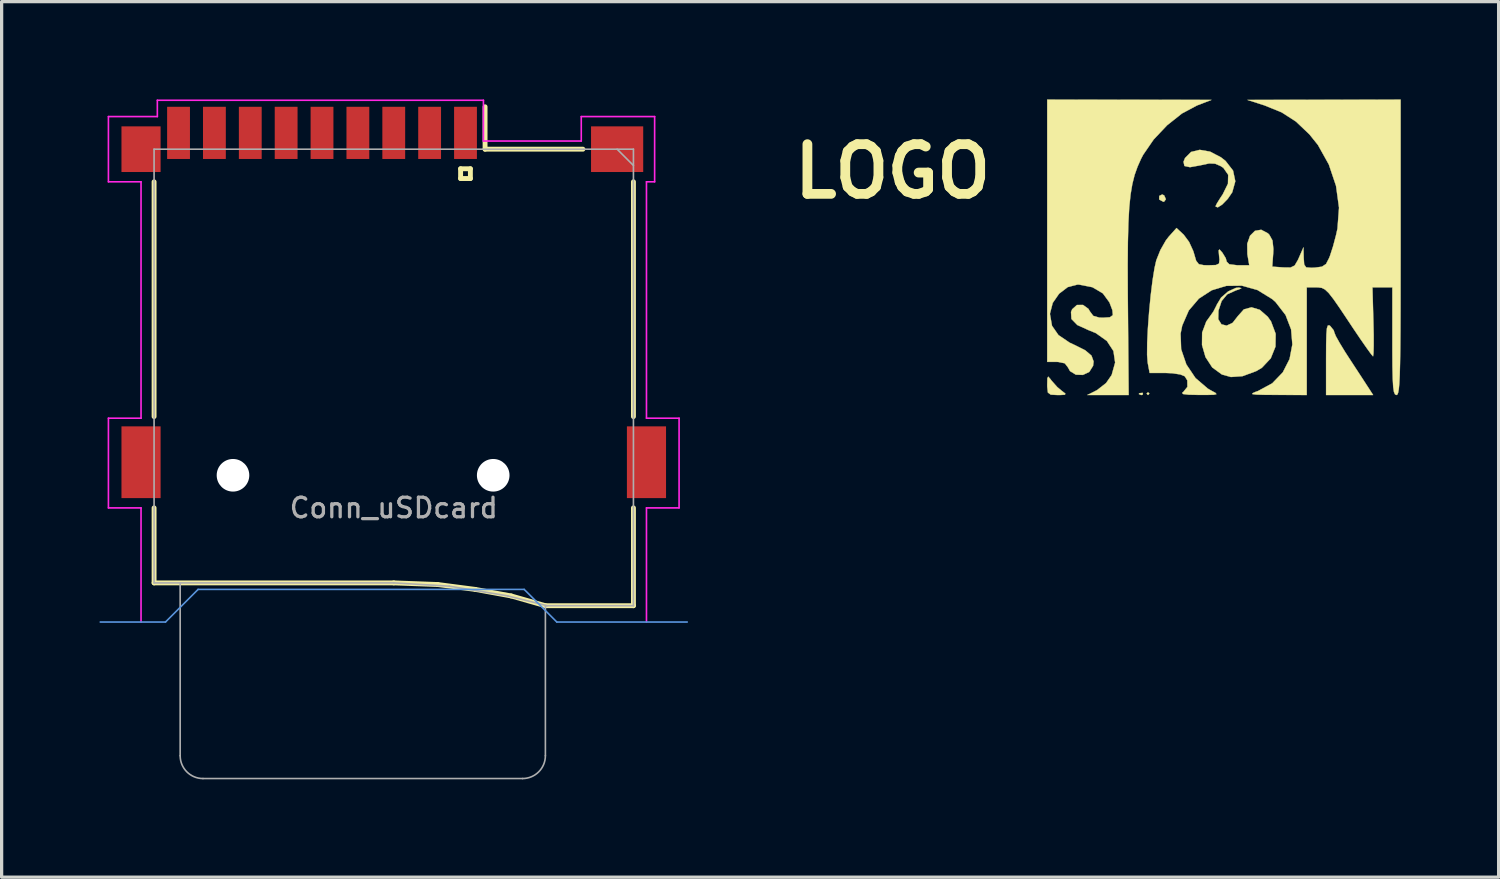
<source format=kicad_pcb>
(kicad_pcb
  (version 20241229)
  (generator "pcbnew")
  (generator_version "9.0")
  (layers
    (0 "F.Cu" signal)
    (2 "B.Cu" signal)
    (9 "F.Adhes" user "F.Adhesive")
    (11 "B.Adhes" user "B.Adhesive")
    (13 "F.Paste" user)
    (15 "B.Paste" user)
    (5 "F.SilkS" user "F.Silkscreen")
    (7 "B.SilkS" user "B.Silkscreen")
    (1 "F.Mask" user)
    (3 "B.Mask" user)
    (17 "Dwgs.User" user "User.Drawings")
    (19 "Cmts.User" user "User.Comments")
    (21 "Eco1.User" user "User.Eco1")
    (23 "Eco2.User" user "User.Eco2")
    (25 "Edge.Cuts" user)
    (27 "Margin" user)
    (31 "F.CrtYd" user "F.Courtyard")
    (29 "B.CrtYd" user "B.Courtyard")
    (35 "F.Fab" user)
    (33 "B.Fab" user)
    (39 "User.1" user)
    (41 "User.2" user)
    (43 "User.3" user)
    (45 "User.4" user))
  (footprint "Conn_uSDcard"
    (layer "F.Cu")
    (at 9.025 11.525)
    (property "Reference" "Conn_uSDcard" (at 0 1 180) (layer "F.Fab") (effects (font (size 0.6 0.6) (thickness 0.1))))
    (attr through_hole)
    (fp_line (start -7.35 -1.8) (end -7.35 -9) (stroke (width 0.15) (type solid)) (layer "F.SilkS"))
    (fp_line (start -7.35 1) (end -7.35 3.3) (stroke (width 0.15) (type solid)) (layer "F.SilkS"))
    (fp_line (start -7.35 3.3) (end 0 3.3) (stroke (width 0.15) (type solid)) (layer "F.SilkS"))
    (fp_line (start 0 3.3) (end 1.35 3.35) (stroke (width 0.15) (type solid)) (layer "F.SilkS"))
    (fp_line (start 1.35 3.35) (end 2.5 3.5) (stroke (width 0.15) (type solid)) (layer "F.SilkS"))
    (fp_line (start 2.05 -9.4) (end 2.05 -9.1) (stroke (width 0.15) (type solid)) (layer "F.SilkS"))
    (fp_line (start 2.05 -9.1) (end 2.35 -9.1) (stroke (width 0.15) (type solid)) (layer "F.SilkS"))
    (fp_line (start 2.35 -9.4) (end 2.05 -9.4) (stroke (width 0.15) (type solid)) (layer "F.SilkS"))
    (fp_line (start 2.35 -9.1) (end 2.35 -9.4) (stroke (width 0.15) (type solid)) (layer "F.SilkS"))
    (fp_line (start 2.5 3.5) (end 3.6 3.7) (stroke (width 0.15) (type solid)) (layer "F.SilkS"))
    (fp_line (start 2.8 -10) (end 2.8 -11.3) (stroke (width 0.15) (type solid)) (layer "F.SilkS"))
    (fp_line (start 2.8 -10) (end 5.8 -10) (stroke (width 0.15) (type solid)) (layer "F.SilkS"))
    (fp_line (start 3.6 3.7) (end 4.65 4) (stroke (width 0.15) (type solid)) (layer "F.SilkS"))
    (fp_line (start 4.65 4) (end 7.35 4) (stroke (width 0.15) (type solid)) (layer "F.SilkS"))
    (fp_line (start 7.35 -9) (end 7.35 -1.8) (stroke (width 0.15) (type solid)) (layer "F.SilkS"))
    (fp_line (start 7.35 4) (end 7.35 1) (stroke (width 0.15) (type solid)) (layer "F.SilkS"))
    (fp_line (start -9 4.5) (end -7 4.5) (stroke (width 0.05) (type solid)) (layer "Cmts.User"))
    (fp_line (start -7 4.5) (end -6 3.5) (stroke (width 0.05) (type solid)) (layer "Cmts.User"))
    (fp_line (start -6 3.5) (end 4 3.5) (stroke (width 0.05) (type solid)) (layer "Cmts.User"))
    (fp_line (start 4 3.5) (end 5 4.5) (stroke (width 0.05) (type solid)) (layer "Cmts.User"))
    (fp_line (start 5 4.5) (end 9 4.5) (stroke (width 0.05) (type solid)) (layer "Cmts.User"))
    (fp_line (start -8.75 -11) (end -7.25 -11) (stroke (width 0.05) (type solid)) (layer "F.CrtYd"))
    (fp_line (start -8.75 -9) (end -8.75 -11) (stroke (width 0.05) (type solid)) (layer "F.CrtYd"))
    (fp_line (start -8.75 -1.75) (end -7.75 -1.75) (stroke (width 0.05) (type solid)) (layer "F.CrtYd"))
    (fp_line (start -8.75 1) (end -8.75 -1.75) (stroke (width 0.05) (type solid)) (layer "F.CrtYd"))
    (fp_line (start -7.75 -9) (end -8.75 -9) (stroke (width 0.05) (type solid)) (layer "F.CrtYd"))
    (fp_line (start -7.75 -1.75) (end -7.75 -9) (stroke (width 0.05) (type solid)) (layer "F.CrtYd"))
    (fp_line (start -7.75 1) (end -8.75 1) (stroke (width 0.05) (type solid)) (layer "F.CrtYd"))
    (fp_line (start -7.75 4.5) (end -7.75 1) (stroke (width 0.05) (type solid)) (layer "F.CrtYd"))
    (fp_line (start -7.25 -11.5) (end 2.75 -11.5) (stroke (width 0.05) (type solid)) (layer "F.CrtYd"))
    (fp_line (start -7.25 -11) (end -7.25 -11.5) (stroke (width 0.05) (type solid)) (layer "F.CrtYd"))
    (fp_line (start 2.75 -11.5) (end 2.75 -10.25) (stroke (width 0.05) (type solid)) (layer "F.CrtYd"))
    (fp_line (start 2.75 -10.25) (end 5.75 -10.25) (stroke (width 0.05) (type solid)) (layer "F.CrtYd"))
    (fp_line (start 5.75 -11) (end 8 -11) (stroke (width 0.05) (type solid)) (layer "F.CrtYd"))
    (fp_line (start 5.75 -10.25) (end 5.75 -11) (stroke (width 0.05) (type solid)) (layer "F.CrtYd"))
    (fp_line (start 7.75 -9) (end 7.75 -1.75) (stroke (width 0.05) (type solid)) (layer "F.CrtYd"))
    (fp_line (start 7.75 -1.75) (end 8.75 -1.75) (stroke (width 0.05) (type solid)) (layer "F.CrtYd"))
    (fp_line (start 7.75 1) (end 7.75 4.5) (stroke (width 0.05) (type solid)) (layer "F.CrtYd"))
    (fp_line (start 8 -11) (end 8 -9) (stroke (width 0.05) (type solid)) (layer "F.CrtYd"))
    (fp_line (start 8 -9) (end 7.75 -9) (stroke (width 0.05) (type solid)) (layer "F.CrtYd"))
    (fp_line (start 8.75 -1.75) (end 8.75 1) (stroke (width 0.05) (type solid)) (layer "F.CrtYd"))
    (fp_line (start 8.75 1) (end 7.75 1) (stroke (width 0.05) (type solid)) (layer "F.CrtYd"))
    (fp_line (start -7.35 -10) (end -7.35 3.3) (stroke (width 0.05) (type solid)) (layer "F.Fab"))
    (fp_line (start -7.35 -10) (end 7.35 -10) (stroke (width 0.05) (type solid)) (layer "F.Fab"))
    (fp_line (start -7.35 3.3) (end 0 3.3) (stroke (width 0.05) (type solid)) (layer "F.Fab"))
    (fp_line (start -6.55 8.6) (end -6.55 3.3) (stroke (width 0.05) (type solid)) (layer "F.Fab"))
    (fp_line (start -5.85 9.3) (end 3.95 9.3) (stroke (width 0.05) (type solid)) (layer "F.Fab"))
    (fp_line (start 0 3.3) (end 1.7 3.4) (stroke (width 0.05) (type solid)) (layer "F.Fab"))
    (fp_line (start 1.7 3.4) (end 3.5 3.7) (stroke (width 0.05) (type solid)) (layer "F.Fab"))
    (fp_line (start 3.5 3.7) (end 4.7 4) (stroke (width 0.05) (type solid)) (layer "F.Fab"))
    (fp_line (start 4.65 4) (end 7.35 4) (stroke (width 0.05) (type solid)) (layer "F.Fab"))
    (fp_line (start 4.65 8.6) (end 4.65 4) (stroke (width 0.05) (type solid)) (layer "F.Fab"))
    (fp_line (start 7.35 -10) (end 7.35 4) (stroke (width 0.05) (type solid)) (layer "F.Fab"))
    (fp_line (start 7.35 -9.5) (end 6.85 -10) (stroke (width 0.05) (type solid)) (layer "F.Fab"))
    (fp_arc (start -5.85 9.3) (mid -6.344975 9.094975) (end -6.55 8.6) (stroke (width 0.05) (type solid)) (layer "F.Fab"))
    (fp_arc (start 4.65 8.6) (mid 4.444975 9.094975) (end 3.95 9.3) (stroke (width 0.05) (type solid)) (layer "F.Fab"))
    (fp_text user "${REFERENCE}" (at 2.1 -9.35 180) (layer "Eco1.User") (effects (font (size 0.3 0.3) (thickness 0.03))))
    (pad "" np_thru_hole circle (at -4.93 0) (size 1 1) (drill 1) (layers "*.Cu" "*.Mask"))
    (pad "" np_thru_hole circle (at 3.05 0) (size 1 1) (drill 1) (layers "*.Cu" "*.Mask"))
    (pad "1" smd rect (at 2.2 -10.5) (size 0.7 1.6) (layers "F.Cu" "F.Mask" "F.Paste"))
    (pad "2" smd rect (at 1.1 -10.5) (size 0.7 1.6) (layers "F.Cu" "F.Mask" "F.Paste"))
    (pad "3" smd rect (at 0 -10.5) (size 0.7 1.6) (layers "F.Cu" "F.Mask" "F.Paste"))
    (pad "4" smd rect (at -1.1 -10.5) (size 0.7 1.6) (layers "F.Cu" "F.Mask" "F.Paste"))
    (pad "5" smd rect (at -2.2 -10.5) (size 0.7 1.6) (layers "F.Cu" "F.Mask" "F.Paste"))
    (pad "6" smd rect (at -7.75 -10) (size 1.2 1.4) (layers "F.Cu" "F.Mask" "F.Paste"))
    (pad "6" smd rect (at -7.75 -0.4) (size 1.2 2.2) (layers "F.Cu" "F.Mask" "F.Paste"))
    (pad "6" smd rect (at -3.3 -10.5) (size 0.7 1.6) (layers "F.Cu" "F.Mask" "F.Paste"))
    (pad "6" smd rect (at 6.85 -10) (size 1.6 1.4) (layers "F.Cu" "F.Mask" "F.Paste"))
    (pad "6" smd rect (at 7.75 -0.4) (size 1.2 2.2) (layers "F.Cu" "F.Mask" "F.Paste"))
    (pad "7" smd rect (at -4.4 -10.5) (size 0.7 1.6) (layers "F.Cu" "F.Mask" "F.Paste"))
    (pad "8" smd rect (at -5.5 -10.5) (size 0.7 1.6) (layers "F.Cu" "F.Mask" "F.Paste"))
    (pad "9" smd rect (at -6.6 -10.5) (size 0.7 1.6) (layers "F.Cu" "F.Mask" "F.Paste")))
  (footprint "LOGO"
    (layer "F.Cu")
    (at 34.483 4.492)
    (property "Reference" "LOGO" (at -10.16 -2.286 0) (layer "F.SilkS") (effects (font (size 1.524 1.524) (thickness 0.3))))
    (attr through_hole)
    (fp_poly (pts (xy -2.286 4.53) (xy -2.328 4.572) (xy -2.371 4.53) (xy -2.328 4.487) (xy -2.286 4.53)) (stroke (width 0.01) (type solid)) (fill yes) (layer "F.SilkS"))
    (fp_poly (pts (xy -2.484 4.516) (xy -2.495 4.566) (xy -2.54 4.572) (xy -2.61 4.541) (xy -2.596 4.516) (xy -2.496 4.505) (xy -2.484 4.516)) (stroke (width 0.01) (type solid)) (fill yes) (layer "F.SilkS"))
    (fp_poly (pts (xy -1.832 -1.55) (xy -1.78 -1.433) (xy -1.834 -1.358) (xy -1.858 -1.355) (xy -1.973 -1.416) (xy -1.986 -1.433) (xy -1.982 -1.534) (xy -1.892 -1.578) (xy -1.832 -1.55)) (stroke (width 0.01) (type solid)) (fill yes) (layer "F.SilkS"))
    (fp_poly (pts (xy -5.319 4.084) (xy -5.289 4.127) (xy -5.111 4.327) (xy -4.974 4.442) (xy -4.863 4.527) (xy -4.875 4.563) (xy -5.031 4.572) (xy -5.103 4.572) (xy -5.31 4.561) (xy -5.398 4.496) (xy -5.418 4.324) (xy -5.419 4.257) (xy -5.414 4.057) (xy -5.388 4.007) (xy -5.319 4.084)) (stroke (width 0.01) (type solid)) (fill yes) (layer "F.SilkS"))
    (fp_poly (pts (xy 3.26 2.455) (xy 3.367 2.588) (xy 3.387 2.656) (xy 3.431 2.765) (xy 3.55 2.977) (xy 3.721 3.258) (xy 3.832 3.429) (xy 4.044 3.754) (xy 4.239 4.052) (xy 4.384 4.275) (xy 4.426 4.339) (xy 4.576 4.572) (xy 3.133 4.572) (xy 3.133 3.461) (xy 3.135 3.01) (xy 3.143 2.704) (xy 3.159 2.522) (xy 3.188 2.44) (xy 3.231 2.435) (xy 3.26 2.455)) (stroke (width 0.01) (type solid)) (fill yes) (layer "F.SilkS"))
    (fp_poly (pts (xy -0.425 -2.892) (xy -0.092 -2.718) (xy 0.049 -2.608) (xy 0.28 -2.311) (xy 0.349 -1.983) (xy 0.255 -1.645) (xy 0.119 -1.446) (xy -0.053 -1.269) (xy -0.188 -1.183) (xy -0.252 -1.206) (xy -0.254 -1.224) (xy -0.211 -1.311) (xy -0.101 -1.486) (xy -0.038 -1.58) (xy 0.124 -1.908) (xy 0.131 -2.182) (xy -0.016 -2.394) (xy -0.101 -2.45) (xy -0.272 -2.523) (xy -0.453 -2.53) (xy -0.717 -2.474) (xy -0.728 -2.471) (xy -1.04 -2.415) (xy -1.211 -2.452) (xy -1.239 -2.581) (xy -1.193 -2.695) (xy -1.008 -2.882) (xy -0.741 -2.947) (xy -0.425 -2.892)) (stroke (width 0.01) (type solid)) (fill yes) (layer "F.SilkS"))
    (fp_poly (pts (xy 0.537 1.294) (xy 0.461 1.334) (xy 0.37 1.362) (xy 0.099 1.485) (xy -0.07 1.689) (xy -0.168 1.985) (xy -0.174 2.246) (xy -0.077 2.403) (xy 0.083 2.444) (xy 0.267 2.358) (xy 0.425 2.155) (xy 0.611 1.946) (xy 0.846 1.882) (xy 1.101 1.959) (xy 1.344 2.172) (xy 1.444 2.313) (xy 1.587 2.695) (xy 1.581 3.087) (xy 1.436 3.447) (xy 1.164 3.736) (xy 0.99 3.839) (xy 0.569 3.994) (xy 0.214 4.019) (xy -0.062 3.942) (xy -0.358 3.726) (xy -0.565 3.408) (xy -0.672 3.037) (xy -0.668 2.657) (xy -0.541 2.317) (xy -0.477 2.229) (xy -0.324 2.014) (xy -0.222 1.814) (xy -0.218 1.801) (xy -0.086 1.583) (xy 0.13 1.395) (xy 0.367 1.287) (xy 0.456 1.278) (xy 0.537 1.294)) (stroke (width 0.01) (type solid)) (fill yes) (layer "F.SilkS"))
    (fp_poly (pts (xy -2.9 -4.483) (xy -0.381 -4.479) (xy -0.828 -4.307) (xy -1.284 -4.064) (xy -1.741 -3.702) (xy -2.154 -3.265) (xy -2.476 -2.796) (xy -2.537 -2.68) (xy -2.647 -2.434) (xy -2.738 -2.179) (xy -2.809 -1.898) (xy -2.864 -1.57) (xy -2.904 -1.176) (xy -2.93 -0.697) (xy -2.945 -0.115) (xy -2.951 0.591) (xy -2.948 1.44) (xy -2.945 1.799) (xy -2.921 4.572) (xy -4.191 4.572) (xy -3.895 4.424) (xy -3.615 4.206) (xy -3.443 3.959) (xy -3.336 3.577) (xy -3.388 3.222) (xy -3.589 2.914) (xy -3.929 2.672) (xy -4.151 2.582) (xy -4.496 2.425) (xy -4.676 2.24) (xy -4.689 2.026) (xy -4.654 1.942) (xy -4.508 1.811) (xy -4.322 1.809) (xy -4.156 1.928) (xy -4.107 2.011) (xy -4.006 2.145) (xy -3.823 2.197) (xy -3.705 2.201) (xy -3.497 2.187) (xy -3.406 2.121) (xy -3.42 1.969) (xy -3.511 1.73) (xy -3.713 1.454) (xy -4.033 1.266) (xy -4.434 1.187) (xy -4.493 1.185) (xy -4.789 1.262) (xy -5.054 1.464) (xy -5.25 1.747) (xy -5.333 2.066) (xy -5.334 2.097) (xy -5.272 2.449) (xy -5.075 2.733) (xy -4.73 2.967) (xy -4.588 3.033) (xy -4.251 3.202) (xy -4.061 3.364) (xy -3.996 3.543) (xy -4.012 3.676) (xy -4.13 3.864) (xy -4.325 3.955) (xy -4.541 3.948) (xy -4.72 3.838) (xy -4.785 3.721) (xy -4.88 3.599) (xy -5.085 3.557) (xy -5.128 3.556) (xy -5.419 3.556) (xy -5.419 -4.487) (xy -2.9 -4.483)) (stroke (width 0.01) (type solid)) (fill yes) (layer "F.SilkS"))
    (fp_poly (pts (xy 5.419 0.042) (xy 5.418 1.043) (xy 5.417 1.888) (xy 5.414 2.589) (xy 5.409 3.159) (xy 5.401 3.611) (xy 5.392 3.959) (xy 5.379 4.214) (xy 5.363 4.39) (xy 5.343 4.5) (xy 5.32 4.556) (xy 5.292 4.572) (xy 5.247 4.551) (xy 5.214 4.475) (xy 5.191 4.322) (xy 5.177 4.072) (xy 5.168 3.703) (xy 5.165 3.195) (xy 5.165 2.921) (xy 5.165 1.27) (xy 4.555 1.27) (xy 4.584 2.328) (xy 4.593 2.729) (xy 4.593 3.06) (xy 4.587 3.289) (xy 4.574 3.384) (xy 4.572 3.385) (xy 4.513 3.317) (xy 4.379 3.132) (xy 4.186 2.855) (xy 3.953 2.51) (xy 3.831 2.326) (xy 3.56 1.919) (xy 3.361 1.633) (xy 3.215 1.446) (xy 3.101 1.337) (xy 2.999 1.286) (xy 2.89 1.271) (xy 2.836 1.27) (xy 2.54 1.27) (xy 2.54 4.572) (xy 1.63 4.568) (xy 1.234 4.566) (xy 0.988 4.559) (xy 0.875 4.544) (xy 0.875 4.518) (xy 0.969 4.476) (xy 1.045 4.449) (xy 1.481 4.213) (xy 1.805 3.877) (xy 2.013 3.469) (xy 2.099 3.02) (xy 2.06 2.559) (xy 1.89 2.117) (xy 1.585 1.723) (xy 1.484 1.632) (xy 1.027 1.351) (xy 0.548 1.218) (xy 0.072 1.224) (xy -0.376 1.36) (xy -0.767 1.614) (xy -1.077 1.978) (xy -1.279 2.442) (xy -1.329 2.689) (xy -1.312 3.166) (xy -1.152 3.634) (xy -0.872 4.051) (xy -0.494 4.375) (xy -0.381 4.44) (xy -0.259 4.506) (xy -0.229 4.545) (xy -0.31 4.564) (xy -0.525 4.569) (xy -0.762 4.569) (xy -1.083 4.562) (xy -1.251 4.542) (xy -1.282 4.506) (xy -1.249 4.481) (xy -1.12 4.323) (xy -1.123 4.122) (xy -1.202 3.996) (xy -1.338 3.941) (xy -1.582 3.904) (xy -1.791 3.895) (xy -2.278 3.895) (xy -2.337 3.583) (xy -2.356 3.34) (xy -2.353 2.972) (xy -2.331 2.518) (xy -2.294 2.021) (xy -2.246 1.521) (xy -2.189 1.059) (xy -2.128 0.678) (xy -2.074 0.441) (xy -1.948 0.126) (xy -1.781 -0.168) (xy -1.696 -0.279) (xy -1.453 -0.55) (xy -1.231 -0.342) (xy -1.068 -0.123) (xy -0.939 0.159) (xy -0.918 0.229) (xy -0.852 0.454) (xy -0.769 0.56) (xy -0.611 0.591) (xy -0.47 0.593) (xy -0.247 0.586) (xy -0.15 0.541) (xy -0.136 0.42) (xy -0.147 0.318) (xy -0.162 0.139) (xy -0.136 0.107) (xy -0.05 0.203) (xy -0.047 0.207) (xy 0.056 0.376) (xy 0.085 0.482) (xy 0.165 0.562) (xy 0.403 0.592) (xy 0.431 0.593) (xy 0.777 0.593) (xy 0.719 0.251) (xy 0.715 -0.067) (xy 0.801 -0.313) (xy 0.953 -0.464) (xy 1.144 -0.496) (xy 1.349 -0.387) (xy 1.392 -0.344) (xy 1.49 -0.166) (xy 1.517 0.098) (xy 1.511 0.227) (xy 1.482 0.635) (xy 1.82 0.659) (xy 2.042 0.662) (xy 2.169 0.601) (xy 2.267 0.434) (xy 2.299 0.363) (xy 2.439 0.042) (xy 2.447 0.363) (xy 2.461 0.569) (xy 2.522 0.657) (xy 2.68 0.67) (xy 2.789 0.665) (xy 3.006 0.636) (xy 3.132 0.553) (xy 3.228 0.366) (xy 3.253 0.301) (xy 3.346 0.015) (xy 3.439 -0.336) (xy 3.482 -0.531) (xy 3.53 -1.172) (xy 3.438 -1.842) (xy 3.217 -2.498) (xy 2.882 -3.098) (xy 2.622 -3.422) (xy 2.208 -3.815) (xy 1.771 -4.096) (xy 1.242 -4.311) (xy 1.199 -4.325) (xy 0.72 -4.478) (xy 5.419 -4.487) (xy 5.419 0.042)) (stroke (width 0.01) (type solid)) (fill yes) (layer "F.SilkS")))
  (gr_rect
    (start -3 -3)
    (end 42.907 23.85)
    (stroke (width 0.1) (type default))
    (fill no)
    (layer "Edge.Cuts")))
</source>
